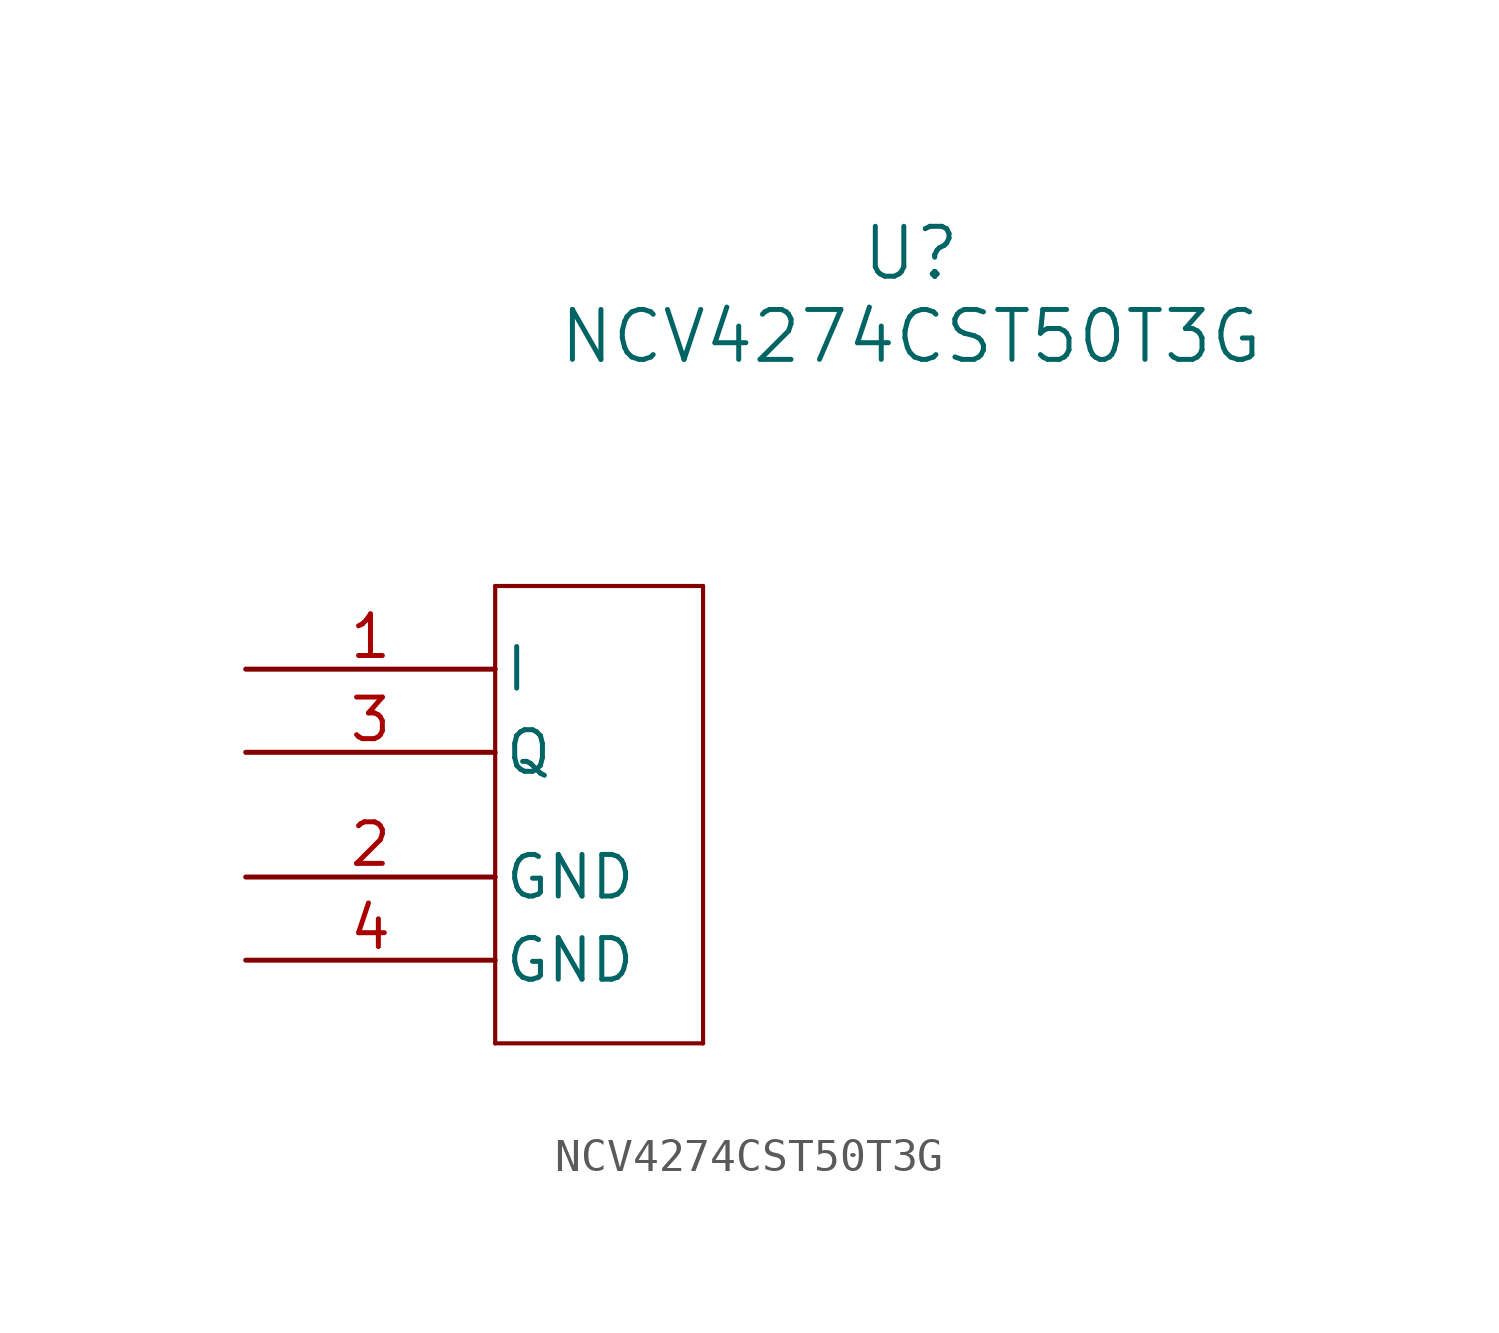
<source format=kicad_sym>
(kicad_symbol_lib
  (version 20231120)
  (generator "kicad_symbol_editor")
  (generator_version "8.0")
  (symbol "NCV4274CST50T3G"
    (pin_names
      (offset 0.254))
    (property "Reference" "U"
      (at 20.32 12.7 0)
      (effects (font (size 1.524 1.524))))
    (property "Value" "NCV4274CST50T3G"
      (at 20.32 10.16 0)
      (effects (font (size 1.524 1.524))))
    (property "ki_locked" ""
      (at 0 0 0)
      (effects (font (size 1.27 1.27))))
    (symbol "NCV4274CST50T3G_0_1"
      (polyline (pts (xy 7.62 -11.43) (xy 13.97 -11.43)) (stroke (width 0.127) (type default)) (fill (type none)))
      (polyline (pts (xy 7.62 2.54) (xy 7.62 -11.43)) (stroke (width 0.127) (type default)) (fill (type none)))
      (polyline (pts (xy 13.97 -11.43) (xy 13.97 2.54)) (stroke (width 0.127) (type default)) (fill (type none)))
      (polyline (pts (xy 13.97 2.54) (xy 7.62 2.54)) (stroke (width 0.127) (type default)) (fill (type none)))
      (pin unspecified line (at 0 0 0) (length 7.62) (name "I" (effects (font (size 1.27 1.27)))) (number "1" (effects (font (size 1.27 1.27)))))
      (pin power_out line (at 0 -6.35 0) (length 7.62) (name "GND" (effects (font (size 1.27 1.27)))) (number "2" (effects (font (size 1.27 1.27)))))
      (pin unspecified line (at 0 -2.54 0) (length 7.62) (name "Q" (effects (font (size 1.27 1.27)))) (number "3" (effects (font (size 1.27 1.27)))))
      (pin power_out line (at 0 -8.89 0) (length 7.62) (name "GND" (effects (font (size 1.27 1.27)))) (number "4" (effects (font (size 1.27 1.27))))))))
</source>
